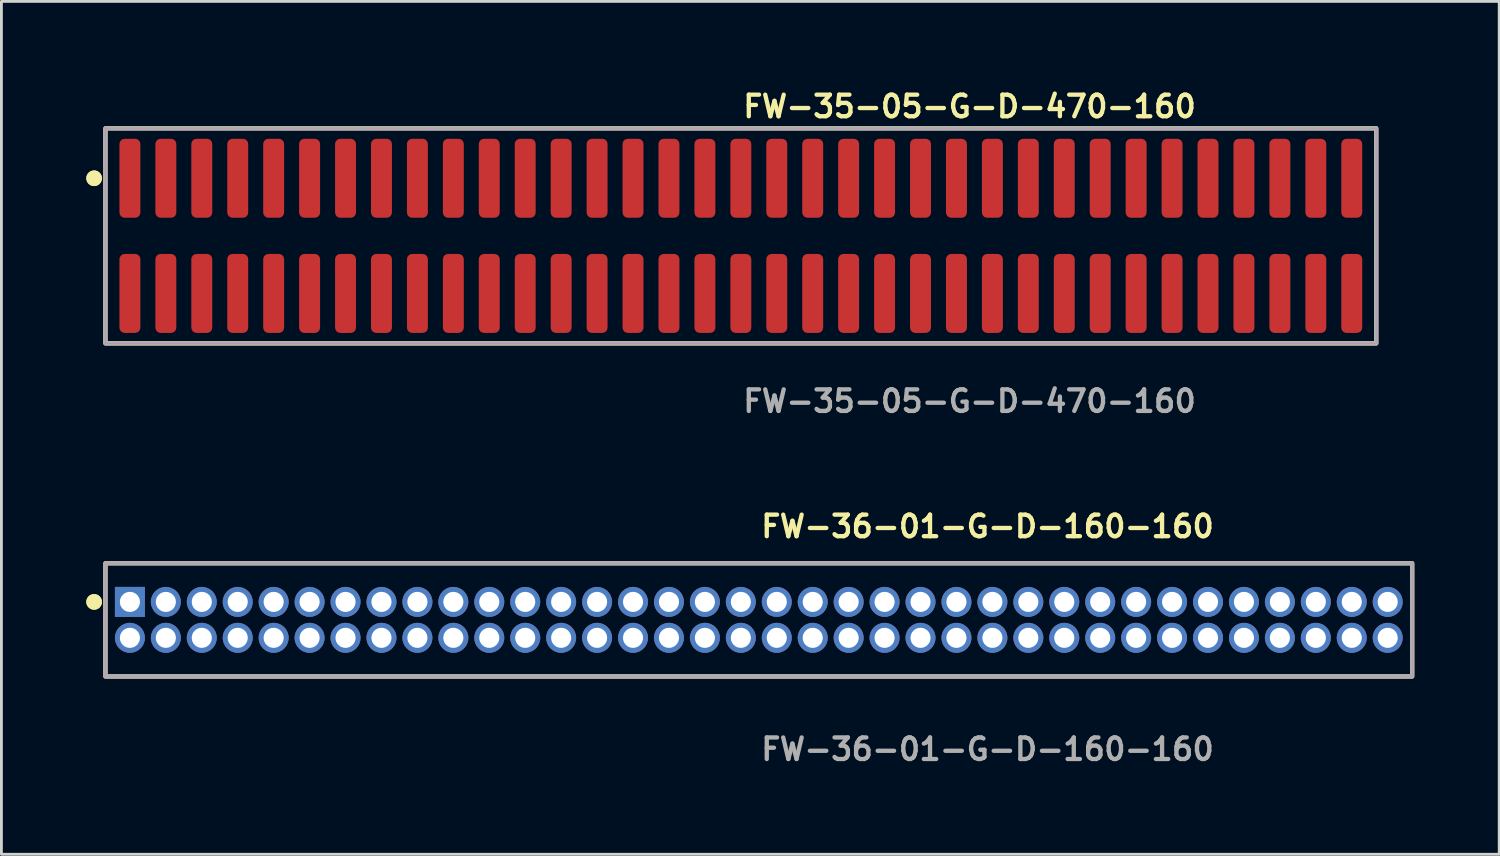
<source format=kicad_pcb>
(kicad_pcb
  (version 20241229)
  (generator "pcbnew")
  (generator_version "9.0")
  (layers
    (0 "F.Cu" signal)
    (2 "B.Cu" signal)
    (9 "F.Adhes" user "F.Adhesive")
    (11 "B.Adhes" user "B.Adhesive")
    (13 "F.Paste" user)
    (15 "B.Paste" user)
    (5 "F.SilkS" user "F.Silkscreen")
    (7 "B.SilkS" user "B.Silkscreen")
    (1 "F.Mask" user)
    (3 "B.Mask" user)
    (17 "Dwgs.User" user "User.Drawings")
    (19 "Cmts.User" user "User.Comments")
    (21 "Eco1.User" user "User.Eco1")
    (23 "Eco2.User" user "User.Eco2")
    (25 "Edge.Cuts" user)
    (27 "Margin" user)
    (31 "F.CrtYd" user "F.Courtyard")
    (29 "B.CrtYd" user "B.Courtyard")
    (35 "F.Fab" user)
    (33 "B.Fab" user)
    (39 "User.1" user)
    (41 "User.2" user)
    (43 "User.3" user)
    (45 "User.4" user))
  (footprint "FW-36-01-G-D-160-160"
    (layer "F.Cu")
    (at 23.766 18.856)
    (property "Reference" "FW-36-01-G-D-160-160" (at 0 -3.302 0) (unlocked yes) (layer "F.SilkS") (effects (font (size 0.762 0.762) (thickness 0.152)) (justify left)))
    (fp_rect (start -23.09 2) (end 23.09 -2) (stroke (width 0.152) (type solid)) (fill no) (layer "F.SilkS"))
    (fp_circle (center -23.49 -0.635) (end -23.69 -0.635) (stroke (width 0.152) (type solid)) (fill yes) (layer "F.SilkS"))
    (fp_circle (center -23.49 -0.635) (end -23.69 -0.635) (stroke (width 0.152) (type solid)) (fill yes) (layer "F.SilkS"))
    (fp_rect (start -23.09 2) (end 23.09 -2) (stroke (width 0.006) (type solid)) (fill no) (layer "F.CrtYd"))
    (fp_rect (start -23.09 2) (end 23.09 -2) (stroke (width 0.152) (type solid)) (fill no) (layer "F.Fab"))
    (fp_text user "${REFERENCE}" (at 0 4.572 0) (unlocked yes) (layer "F.Fab") (effects (font (size 0.762 0.762) (thickness 0.152)) (justify left)))
    (pad "1" thru_hole rect (at -22.225 -0.635) (size 1.06 1.06) (drill 0.71) (layers "*.Cu" "*.Mask"))
    (pad "2" thru_hole circle (at -22.225 0.635) (size 1.06 1.06) (drill 0.71) (layers "*.Cu" "*.Mask"))
    (pad "3" thru_hole circle (at -20.955 -0.635) (size 1.06 1.06) (drill 0.71) (layers "*.Cu" "*.Mask"))
    (pad "4" thru_hole circle (at -20.955 0.635) (size 1.06 1.06) (drill 0.71) (layers "*.Cu" "*.Mask"))
    (pad "5" thru_hole circle (at -19.685 -0.635) (size 1.06 1.06) (drill 0.71) (layers "*.Cu" "*.Mask"))
    (pad "6" thru_hole circle (at -19.685 0.635) (size 1.06 1.06) (drill 0.71) (layers "*.Cu" "*.Mask"))
    (pad "7" thru_hole circle (at -18.415 -0.635) (size 1.06 1.06) (drill 0.71) (layers "*.Cu" "*.Mask"))
    (pad "8" thru_hole circle (at -18.415 0.635) (size 1.06 1.06) (drill 0.71) (layers "*.Cu" "*.Mask"))
    (pad "9" thru_hole circle (at -17.145 -0.635) (size 1.06 1.06) (drill 0.71) (layers "*.Cu" "*.Mask"))
    (pad "10" thru_hole circle (at -17.145 0.635) (size 1.06 1.06) (drill 0.71) (layers "*.Cu" "*.Mask"))
    (pad "11" thru_hole circle (at -15.875 -0.635) (size 1.06 1.06) (drill 0.71) (layers "*.Cu" "*.Mask"))
    (pad "12" thru_hole circle (at -15.875 0.635) (size 1.06 1.06) (drill 0.71) (layers "*.Cu" "*.Mask"))
    (pad "13" thru_hole circle (at -14.605 -0.635) (size 1.06 1.06) (drill 0.71) (layers "*.Cu" "*.Mask"))
    (pad "14" thru_hole circle (at -14.605 0.635) (size 1.06 1.06) (drill 0.71) (layers "*.Cu" "*.Mask"))
    (pad "15" thru_hole circle (at -13.335 -0.635) (size 1.06 1.06) (drill 0.71) (layers "*.Cu" "*.Mask"))
    (pad "16" thru_hole circle (at -13.335 0.635) (size 1.06 1.06) (drill 0.71) (layers "*.Cu" "*.Mask"))
    (pad "17" thru_hole circle (at -12.065 -0.635) (size 1.06 1.06) (drill 0.71) (layers "*.Cu" "*.Mask"))
    (pad "18" thru_hole circle (at -12.065 0.635) (size 1.06 1.06) (drill 0.71) (layers "*.Cu" "*.Mask"))
    (pad "19" thru_hole circle (at -10.795 -0.635) (size 1.06 1.06) (drill 0.71) (layers "*.Cu" "*.Mask"))
    (pad "20" thru_hole circle (at -10.795 0.635) (size 1.06 1.06) (drill 0.71) (layers "*.Cu" "*.Mask"))
    (pad "21" thru_hole circle (at -9.525 -0.635) (size 1.06 1.06) (drill 0.71) (layers "*.Cu" "*.Mask"))
    (pad "22" thru_hole circle (at -9.525 0.635) (size 1.06 1.06) (drill 0.71) (layers "*.Cu" "*.Mask"))
    (pad "23" thru_hole circle (at -8.255 -0.635) (size 1.06 1.06) (drill 0.71) (layers "*.Cu" "*.Mask"))
    (pad "24" thru_hole circle (at -8.255 0.635) (size 1.06 1.06) (drill 0.71) (layers "*.Cu" "*.Mask"))
    (pad "25" thru_hole circle (at -6.985 -0.635) (size 1.06 1.06) (drill 0.71) (layers "*.Cu" "*.Mask"))
    (pad "26" thru_hole circle (at -6.985 0.635) (size 1.06 1.06) (drill 0.71) (layers "*.Cu" "*.Mask"))
    (pad "27" thru_hole circle (at -5.715 -0.635) (size 1.06 1.06) (drill 0.71) (layers "*.Cu" "*.Mask"))
    (pad "28" thru_hole circle (at -5.715 0.635) (size 1.06 1.06) (drill 0.71) (layers "*.Cu" "*.Mask"))
    (pad "29" thru_hole circle (at -4.445 -0.635) (size 1.06 1.06) (drill 0.71) (layers "*.Cu" "*.Mask"))
    (pad "30" thru_hole circle (at -4.445 0.635) (size 1.06 1.06) (drill 0.71) (layers "*.Cu" "*.Mask"))
    (pad "31" thru_hole circle (at -3.175 -0.635) (size 1.06 1.06) (drill 0.71) (layers "*.Cu" "*.Mask"))
    (pad "32" thru_hole circle (at -3.175 0.635) (size 1.06 1.06) (drill 0.71) (layers "*.Cu" "*.Mask"))
    (pad "33" thru_hole circle (at -1.905 -0.635) (size 1.06 1.06) (drill 0.71) (layers "*.Cu" "*.Mask"))
    (pad "34" thru_hole circle (at -1.905 0.635) (size 1.06 1.06) (drill 0.71) (layers "*.Cu" "*.Mask"))
    (pad "35" thru_hole circle (at -0.635 -0.635) (size 1.06 1.06) (drill 0.71) (layers "*.Cu" "*.Mask"))
    (pad "36" thru_hole circle (at -0.635 0.635) (size 1.06 1.06) (drill 0.71) (layers "*.Cu" "*.Mask"))
    (pad "37" thru_hole circle (at 0.635 -0.635) (size 1.06 1.06) (drill 0.71) (layers "*.Cu" "*.Mask"))
    (pad "38" thru_hole circle (at 0.635 0.635) (size 1.06 1.06) (drill 0.71) (layers "*.Cu" "*.Mask"))
    (pad "39" thru_hole circle (at 1.905 -0.635) (size 1.06 1.06) (drill 0.71) (layers "*.Cu" "*.Mask"))
    (pad "40" thru_hole circle (at 1.905 0.635) (size 1.06 1.06) (drill 0.71) (layers "*.Cu" "*.Mask"))
    (pad "41" thru_hole circle (at 3.175 -0.635) (size 1.06 1.06) (drill 0.71) (layers "*.Cu" "*.Mask"))
    (pad "42" thru_hole circle (at 3.175 0.635) (size 1.06 1.06) (drill 0.71) (layers "*.Cu" "*.Mask"))
    (pad "43" thru_hole circle (at 4.445 -0.635) (size 1.06 1.06) (drill 0.71) (layers "*.Cu" "*.Mask"))
    (pad "44" thru_hole circle (at 4.445 0.635) (size 1.06 1.06) (drill 0.71) (layers "*.Cu" "*.Mask"))
    (pad "45" thru_hole circle (at 5.715 -0.635) (size 1.06 1.06) (drill 0.71) (layers "*.Cu" "*.Mask"))
    (pad "46" thru_hole circle (at 5.715 0.635) (size 1.06 1.06) (drill 0.71) (layers "*.Cu" "*.Mask"))
    (pad "47" thru_hole circle (at 6.985 -0.635) (size 1.06 1.06) (drill 0.71) (layers "*.Cu" "*.Mask"))
    (pad "48" thru_hole circle (at 6.985 0.635) (size 1.06 1.06) (drill 0.71) (layers "*.Cu" "*.Mask"))
    (pad "49" thru_hole circle (at 8.255 -0.635) (size 1.06 1.06) (drill 0.71) (layers "*.Cu" "*.Mask"))
    (pad "50" thru_hole circle (at 8.255 0.635) (size 1.06 1.06) (drill 0.71) (layers "*.Cu" "*.Mask"))
    (pad "51" thru_hole circle (at 9.525 -0.635) (size 1.06 1.06) (drill 0.71) (layers "*.Cu" "*.Mask"))
    (pad "52" thru_hole circle (at 9.525 0.635) (size 1.06 1.06) (drill 0.71) (layers "*.Cu" "*.Mask"))
    (pad "53" thru_hole circle (at 10.795 -0.635) (size 1.06 1.06) (drill 0.71) (layers "*.Cu" "*.Mask"))
    (pad "54" thru_hole circle (at 10.795 0.635) (size 1.06 1.06) (drill 0.71) (layers "*.Cu" "*.Mask"))
    (pad "55" thru_hole circle (at 12.065 -0.635) (size 1.06 1.06) (drill 0.71) (layers "*.Cu" "*.Mask"))
    (pad "56" thru_hole circle (at 12.065 0.635) (size 1.06 1.06) (drill 0.71) (layers "*.Cu" "*.Mask"))
    (pad "57" thru_hole circle (at 13.335 -0.635) (size 1.06 1.06) (drill 0.71) (layers "*.Cu" "*.Mask"))
    (pad "58" thru_hole circle (at 13.335 0.635) (size 1.06 1.06) (drill 0.71) (layers "*.Cu" "*.Mask"))
    (pad "59" thru_hole circle (at 14.605 -0.635) (size 1.06 1.06) (drill 0.71) (layers "*.Cu" "*.Mask"))
    (pad "60" thru_hole circle (at 14.605 0.635) (size 1.06 1.06) (drill 0.71) (layers "*.Cu" "*.Mask"))
    (pad "61" thru_hole circle (at 15.875 -0.635) (size 1.06 1.06) (drill 0.71) (layers "*.Cu" "*.Mask"))
    (pad "62" thru_hole circle (at 15.875 0.635) (size 1.06 1.06) (drill 0.71) (layers "*.Cu" "*.Mask"))
    (pad "63" thru_hole circle (at 17.145 -0.635) (size 1.06 1.06) (drill 0.71) (layers "*.Cu" "*.Mask"))
    (pad "64" thru_hole circle (at 17.145 0.635) (size 1.06 1.06) (drill 0.71) (layers "*.Cu" "*.Mask"))
    (pad "65" thru_hole circle (at 18.415 -0.635) (size 1.06 1.06) (drill 0.71) (layers "*.Cu" "*.Mask"))
    (pad "66" thru_hole circle (at 18.415 0.635) (size 1.06 1.06) (drill 0.71) (layers "*.Cu" "*.Mask"))
    (pad "67" thru_hole circle (at 19.685 -0.635) (size 1.06 1.06) (drill 0.71) (layers "*.Cu" "*.Mask"))
    (pad "68" thru_hole circle (at 19.685 0.635) (size 1.06 1.06) (drill 0.71) (layers "*.Cu" "*.Mask"))
    (pad "69" thru_hole circle (at 20.955 -0.635) (size 1.06 1.06) (drill 0.71) (layers "*.Cu" "*.Mask"))
    (pad "70" thru_hole circle (at 20.955 0.635) (size 1.06 1.06) (drill 0.71) (layers "*.Cu" "*.Mask"))
    (pad "71" thru_hole circle (at 22.225 -0.635) (size 1.06 1.06) (drill 0.71) (layers "*.Cu" "*.Mask"))
    (pad "72" thru_hole circle (at 22.225 0.635) (size 1.06 1.06) (drill 0.71) (layers "*.Cu" "*.Mask")))
  (footprint "FW-35-05-G-D-470-160"
    (layer "F.Cu")
    (at 23.131 5.285)
    (property "Reference" "FW-35-05-G-D-470-160" (at 0 -4.572 0) (unlocked yes) (layer "F.SilkS") (effects (font (size 0.762 0.762) (thickness 0.152)) (justify left)))
    (fp_rect (start -22.455 3.8) (end 22.455 -3.8) (stroke (width 0.152) (type solid)) (fill no) (layer "F.SilkS"))
    (fp_circle (center -22.855 -2.035) (end -23.055 -2.035) (stroke (width 0.152) (type solid)) (fill yes) (layer "F.SilkS"))
    (fp_circle (center -22.855 -2.035) (end -23.055 -2.035) (stroke (width 0.152) (type solid)) (fill yes) (layer "F.SilkS"))
    (fp_rect (start -22.455 3.8) (end 22.455 -3.8) (stroke (width 0.006) (type solid)) (fill no) (layer "F.CrtYd"))
    (fp_rect (start -22.455 3.8) (end 22.455 -3.8) (stroke (width 0.152) (type solid)) (fill no) (layer "F.Fab"))
    (fp_text user "${REFERENCE}" (at 0 5.842 0) (unlocked yes) (layer "F.Fab") (effects (font (size 0.762 0.762) (thickness 0.152)) (justify left)))
    (pad "1" smd roundrect (at -21.59 -2.035) (size 0.74 2.79) (layers "F.Cu" "F.Paste") (roundrect_rratio 0.25))
    (pad "2" smd roundrect (at -21.59 2.035) (size 0.74 2.79) (layers "F.Cu" "F.Paste") (roundrect_rratio 0.25))
    (pad "3" smd roundrect (at -20.32 -2.035) (size 0.74 2.79) (layers "F.Cu" "F.Paste") (roundrect_rratio 0.25))
    (pad "4" smd roundrect (at -20.32 2.035) (size 0.74 2.79) (layers "F.Cu" "F.Paste") (roundrect_rratio 0.25))
    (pad "5" smd roundrect (at -19.05 -2.035) (size 0.74 2.79) (layers "F.Cu" "F.Paste") (roundrect_rratio 0.25))
    (pad "6" smd roundrect (at -19.05 2.035) (size 0.74 2.79) (layers "F.Cu" "F.Paste") (roundrect_rratio 0.25))
    (pad "7" smd roundrect (at -17.78 -2.035) (size 0.74 2.79) (layers "F.Cu" "F.Paste") (roundrect_rratio 0.25))
    (pad "8" smd roundrect (at -17.78 2.035) (size 0.74 2.79) (layers "F.Cu" "F.Paste") (roundrect_rratio 0.25))
    (pad "9" smd roundrect (at -16.51 -2.035) (size 0.74 2.79) (layers "F.Cu" "F.Paste") (roundrect_rratio 0.25))
    (pad "10" smd roundrect (at -16.51 2.035) (size 0.74 2.79) (layers "F.Cu" "F.Paste") (roundrect_rratio 0.25))
    (pad "11" smd roundrect (at -15.24 -2.035) (size 0.74 2.79) (layers "F.Cu" "F.Paste") (roundrect_rratio 0.25))
    (pad "12" smd roundrect (at -15.24 2.035) (size 0.74 2.79) (layers "F.Cu" "F.Paste") (roundrect_rratio 0.25))
    (pad "13" smd roundrect (at -13.97 -2.035) (size 0.74 2.79) (layers "F.Cu" "F.Paste") (roundrect_rratio 0.25))
    (pad "14" smd roundrect (at -13.97 2.035) (size 0.74 2.79) (layers "F.Cu" "F.Paste") (roundrect_rratio 0.25))
    (pad "15" smd roundrect (at -12.7 -2.035) (size 0.74 2.79) (layers "F.Cu" "F.Paste") (roundrect_rratio 0.25))
    (pad "16" smd roundrect (at -12.7 2.035) (size 0.74 2.79) (layers "F.Cu" "F.Paste") (roundrect_rratio 0.25))
    (pad "17" smd roundrect (at -11.43 -2.035) (size 0.74 2.79) (layers "F.Cu" "F.Paste") (roundrect_rratio 0.25))
    (pad "18" smd roundrect (at -11.43 2.035) (size 0.74 2.79) (layers "F.Cu" "F.Paste") (roundrect_rratio 0.25))
    (pad "19" smd roundrect (at -10.16 -2.035) (size 0.74 2.79) (layers "F.Cu" "F.Paste") (roundrect_rratio 0.25))
    (pad "20" smd roundrect (at -10.16 2.035) (size 0.74 2.79) (layers "F.Cu" "F.Paste") (roundrect_rratio 0.25))
    (pad "21" smd roundrect (at -8.89 -2.035) (size 0.74 2.79) (layers "F.Cu" "F.Paste") (roundrect_rratio 0.25))
    (pad "22" smd roundrect (at -8.89 2.035) (size 0.74 2.79) (layers "F.Cu" "F.Paste") (roundrect_rratio 0.25))
    (pad "23" smd roundrect (at -7.62 -2.035) (size 0.74 2.79) (layers "F.Cu" "F.Paste") (roundrect_rratio 0.25))
    (pad "24" smd roundrect (at -7.62 2.035) (size 0.74 2.79) (layers "F.Cu" "F.Paste") (roundrect_rratio 0.25))
    (pad "25" smd roundrect (at -6.35 -2.035) (size 0.74 2.79) (layers "F.Cu" "F.Paste") (roundrect_rratio 0.25))
    (pad "26" smd roundrect (at -6.35 2.035) (size 0.74 2.79) (layers "F.Cu" "F.Paste") (roundrect_rratio 0.25))
    (pad "27" smd roundrect (at -5.08 -2.035) (size 0.74 2.79) (layers "F.Cu" "F.Paste") (roundrect_rratio 0.25))
    (pad "28" smd roundrect (at -5.08 2.035) (size 0.74 2.79) (layers "F.Cu" "F.Paste") (roundrect_rratio 0.25))
    (pad "29" smd roundrect (at -3.81 -2.035) (size 0.74 2.79) (layers "F.Cu" "F.Paste") (roundrect_rratio 0.25))
    (pad "30" smd roundrect (at -3.81 2.035) (size 0.74 2.79) (layers "F.Cu" "F.Paste") (roundrect_rratio 0.25))
    (pad "31" smd roundrect (at -2.54 -2.035) (size 0.74 2.79) (layers "F.Cu" "F.Paste") (roundrect_rratio 0.25))
    (pad "32" smd roundrect (at -2.54 2.035) (size 0.74 2.79) (layers "F.Cu" "F.Paste") (roundrect_rratio 0.25))
    (pad "33" smd roundrect (at -1.27 -2.035) (size 0.74 2.79) (layers "F.Cu" "F.Paste") (roundrect_rratio 0.25))
    (pad "34" smd roundrect (at -1.27 2.035) (size 0.74 2.79) (layers "F.Cu" "F.Paste") (roundrect_rratio 0.25))
    (pad "35" smd roundrect (at 0 -2.035) (size 0.74 2.79) (layers "F.Cu" "F.Paste") (roundrect_rratio 0.25))
    (pad "36" smd roundrect (at 0 2.035) (size 0.74 2.79) (layers "F.Cu" "F.Paste") (roundrect_rratio 0.25))
    (pad "37" smd roundrect (at 1.27 -2.035) (size 0.74 2.79) (layers "F.Cu" "F.Paste") (roundrect_rratio 0.25))
    (pad "38" smd roundrect (at 1.27 2.035) (size 0.74 2.79) (layers "F.Cu" "F.Paste") (roundrect_rratio 0.25))
    (pad "39" smd roundrect (at 2.54 -2.035) (size 0.74 2.79) (layers "F.Cu" "F.Paste") (roundrect_rratio 0.25))
    (pad "40" smd roundrect (at 2.54 2.035) (size 0.74 2.79) (layers "F.Cu" "F.Paste") (roundrect_rratio 0.25))
    (pad "41" smd roundrect (at 3.81 -2.035) (size 0.74 2.79) (layers "F.Cu" "F.Paste") (roundrect_rratio 0.25))
    (pad "42" smd roundrect (at 3.81 2.035) (size 0.74 2.79) (layers "F.Cu" "F.Paste") (roundrect_rratio 0.25))
    (pad "43" smd roundrect (at 5.08 -2.035) (size 0.74 2.79) (layers "F.Cu" "F.Paste") (roundrect_rratio 0.25))
    (pad "44" smd roundrect (at 5.08 2.035) (size 0.74 2.79) (layers "F.Cu" "F.Paste") (roundrect_rratio 0.25))
    (pad "45" smd roundrect (at 6.35 -2.035) (size 0.74 2.79) (layers "F.Cu" "F.Paste") (roundrect_rratio 0.25))
    (pad "46" smd roundrect (at 6.35 2.035) (size 0.74 2.79) (layers "F.Cu" "F.Paste") (roundrect_rratio 0.25))
    (pad "47" smd roundrect (at 7.62 -2.035) (size 0.74 2.79) (layers "F.Cu" "F.Paste") (roundrect_rratio 0.25))
    (pad "48" smd roundrect (at 7.62 2.035) (size 0.74 2.79) (layers "F.Cu" "F.Paste") (roundrect_rratio 0.25))
    (pad "49" smd roundrect (at 8.89 -2.035) (size 0.74 2.79) (layers "F.Cu" "F.Paste") (roundrect_rratio 0.25))
    (pad "50" smd roundrect (at 8.89 2.035) (size 0.74 2.79) (layers "F.Cu" "F.Paste") (roundrect_rratio 0.25))
    (pad "51" smd roundrect (at 10.16 -2.035) (size 0.74 2.79) (layers "F.Cu" "F.Paste") (roundrect_rratio 0.25))
    (pad "52" smd roundrect (at 10.16 2.035) (size 0.74 2.79) (layers "F.Cu" "F.Paste") (roundrect_rratio 0.25))
    (pad "53" smd roundrect (at 11.43 -2.035) (size 0.74 2.79) (layers "F.Cu" "F.Paste") (roundrect_rratio 0.25))
    (pad "54" smd roundrect (at 11.43 2.035) (size 0.74 2.79) (layers "F.Cu" "F.Paste") (roundrect_rratio 0.25))
    (pad "55" smd roundrect (at 12.7 -2.035) (size 0.74 2.79) (layers "F.Cu" "F.Paste") (roundrect_rratio 0.25))
    (pad "56" smd roundrect (at 12.7 2.035) (size 0.74 2.79) (layers "F.Cu" "F.Paste") (roundrect_rratio 0.25))
    (pad "57" smd roundrect (at 13.97 -2.035) (size 0.74 2.79) (layers "F.Cu" "F.Paste") (roundrect_rratio 0.25))
    (pad "58" smd roundrect (at 13.97 2.035) (size 0.74 2.79) (layers "F.Cu" "F.Paste") (roundrect_rratio 0.25))
    (pad "59" smd roundrect (at 15.24 -2.035) (size 0.74 2.79) (layers "F.Cu" "F.Paste") (roundrect_rratio 0.25))
    (pad "60" smd roundrect (at 15.24 2.035) (size 0.74 2.79) (layers "F.Cu" "F.Paste") (roundrect_rratio 0.25))
    (pad "61" smd roundrect (at 16.51 -2.035) (size 0.74 2.79) (layers "F.Cu" "F.Paste") (roundrect_rratio 0.25))
    (pad "62" smd roundrect (at 16.51 2.035) (size 0.74 2.79) (layers "F.Cu" "F.Paste") (roundrect_rratio 0.25))
    (pad "63" smd roundrect (at 17.78 -2.035) (size 0.74 2.79) (layers "F.Cu" "F.Paste") (roundrect_rratio 0.25))
    (pad "64" smd roundrect (at 17.78 2.035) (size 0.74 2.79) (layers "F.Cu" "F.Paste") (roundrect_rratio 0.25))
    (pad "65" smd roundrect (at 19.05 -2.035) (size 0.74 2.79) (layers "F.Cu" "F.Paste") (roundrect_rratio 0.25))
    (pad "66" smd roundrect (at 19.05 2.035) (size 0.74 2.79) (layers "F.Cu" "F.Paste") (roundrect_rratio 0.25))
    (pad "67" smd roundrect (at 20.32 -2.035) (size 0.74 2.79) (layers "F.Cu" "F.Paste") (roundrect_rratio 0.25))
    (pad "68" smd roundrect (at 20.32 2.035) (size 0.74 2.79) (layers "F.Cu" "F.Paste") (roundrect_rratio 0.25))
    (pad "69" smd roundrect (at 21.59 -2.035) (size 0.74 2.79) (layers "F.Cu" "F.Paste") (roundrect_rratio 0.25))
    (pad "70" smd roundrect (at 21.59 2.035) (size 0.74 2.79) (layers "F.Cu" "F.Paste") (roundrect_rratio 0.25)))
  (gr_rect
    (start -3 -3)
    (end 49.932 27.141)
    (stroke (width 0.1) (type default))
    (fill no)
    (layer "Edge.Cuts")))
</source>
